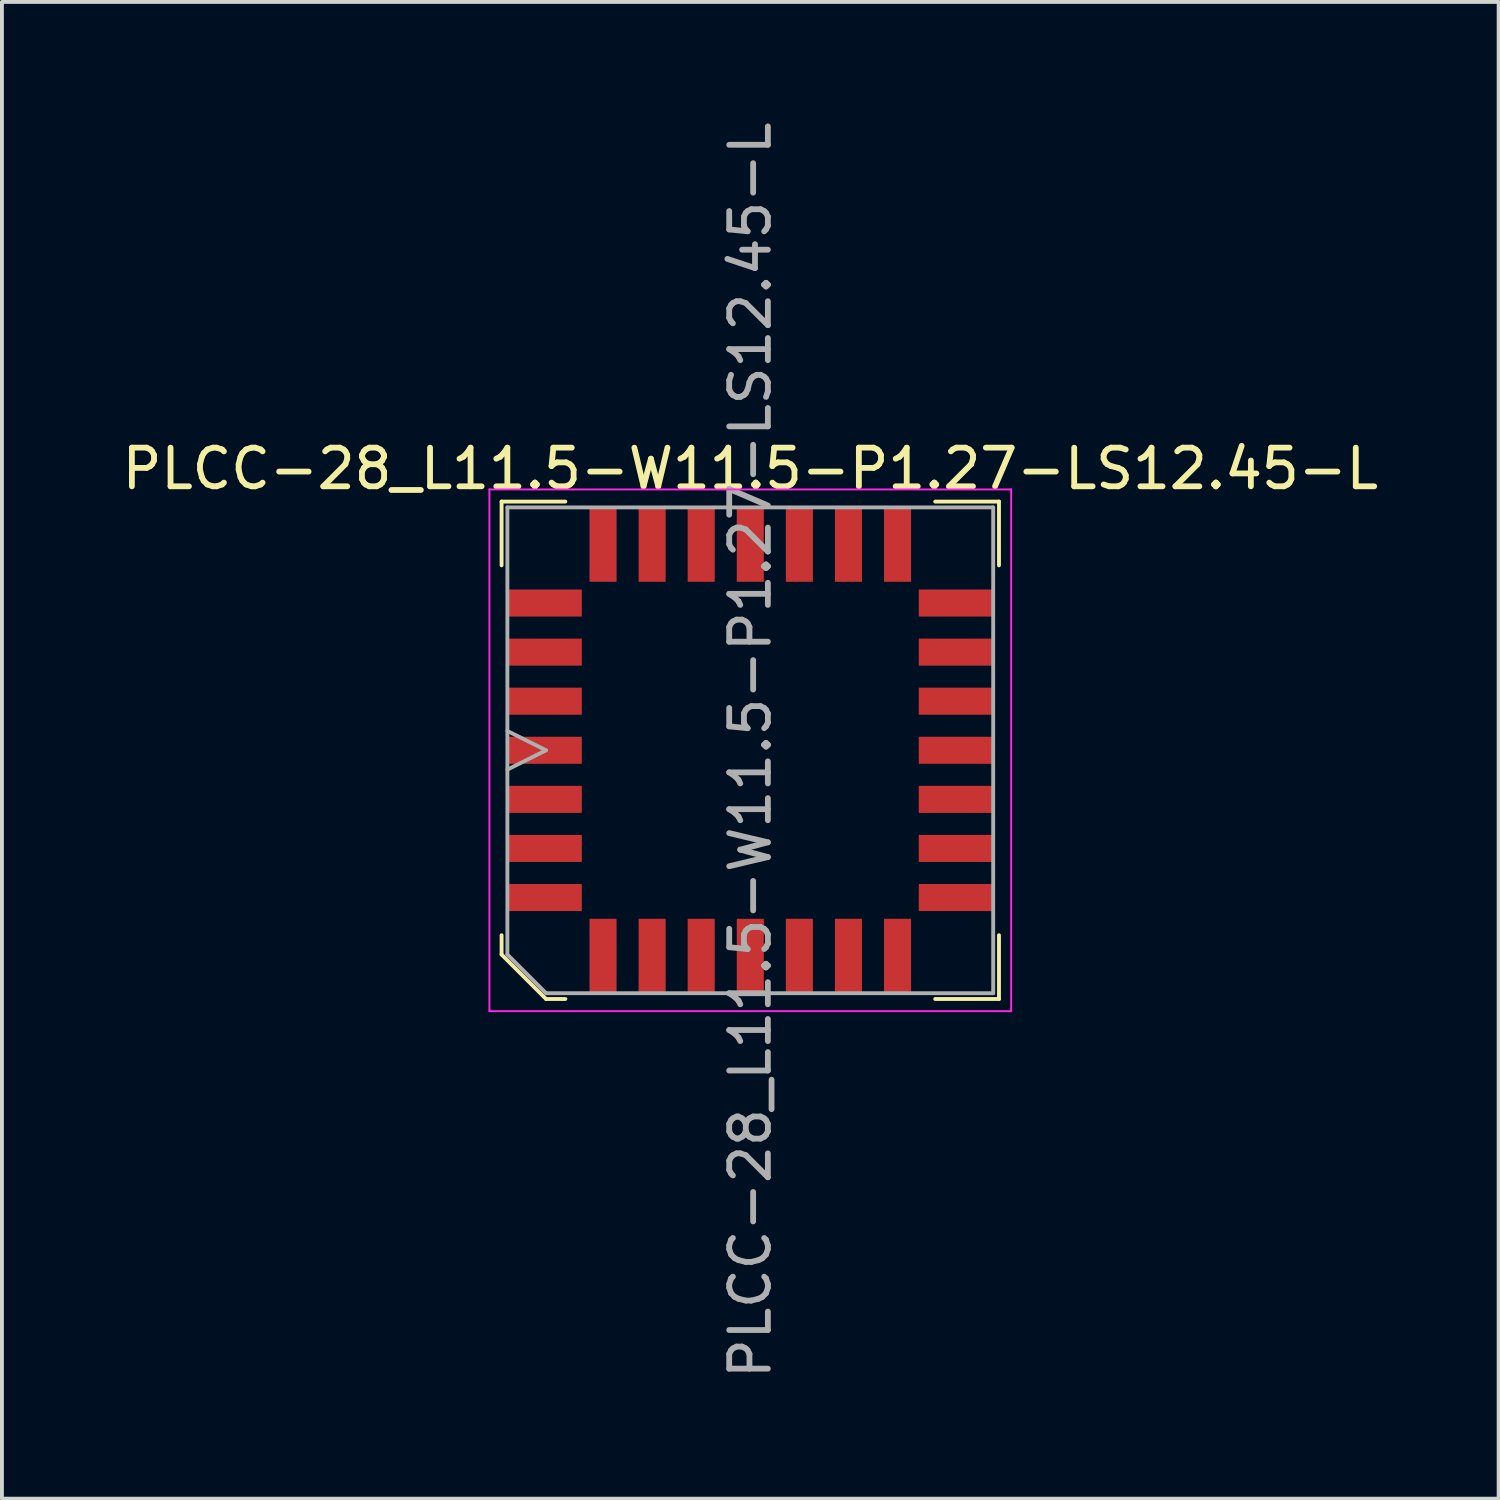
<source format=kicad_pcb>
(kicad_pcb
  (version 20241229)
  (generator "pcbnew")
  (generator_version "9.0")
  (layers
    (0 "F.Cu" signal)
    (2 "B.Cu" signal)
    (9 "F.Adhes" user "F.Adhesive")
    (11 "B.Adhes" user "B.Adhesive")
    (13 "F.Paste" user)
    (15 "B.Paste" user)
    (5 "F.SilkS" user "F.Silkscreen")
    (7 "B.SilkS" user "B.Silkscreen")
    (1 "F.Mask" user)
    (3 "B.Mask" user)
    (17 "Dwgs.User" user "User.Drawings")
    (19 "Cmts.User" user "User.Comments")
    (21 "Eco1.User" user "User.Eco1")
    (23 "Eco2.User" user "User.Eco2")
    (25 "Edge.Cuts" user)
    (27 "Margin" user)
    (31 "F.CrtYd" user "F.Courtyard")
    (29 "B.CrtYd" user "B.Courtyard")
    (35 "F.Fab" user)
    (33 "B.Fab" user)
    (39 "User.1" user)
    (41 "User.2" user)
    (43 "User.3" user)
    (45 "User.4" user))
  (footprint "PLCC-28_L11.5-W11.5-P1.27-LS12.45-L"
    (layer "F.Cu")
    (at 16.363 16.363)
    (property "Reference" "PLCC-28_L11.5-W11.5-P1.27-LS12.45-L" (at 0 -7.285 0) (layer "F.SilkS") (effects (font (size 1 1) (thickness 0.15))))
    (attr smd)
    (fp_line (start -6.435 -6.435) (end -4.785 -6.435) (stroke (width 0.1) (type solid)) (layer "F.SilkS"))
    (fp_line (start -6.435 -4.785) (end -6.435 -6.435) (stroke (width 0.1) (type solid)) (layer "F.SilkS"))
    (fp_line (start -6.435 4.785) (end -6.435 5.285) (stroke (width 0.1) (type solid)) (layer "F.SilkS"))
    (fp_line (start -6.435 5.285) (end -5.285 6.435) (stroke (width 0.1) (type solid)) (layer "F.SilkS"))
    (fp_line (start -5.285 6.435) (end -4.785 6.435) (stroke (width 0.1) (type solid)) (layer "F.SilkS"))
    (fp_line (start 6.435 -6.435) (end 4.785 -6.435) (stroke (width 0.1) (type solid)) (layer "F.SilkS"))
    (fp_line (start 6.435 -4.785) (end 6.435 -6.435) (stroke (width 0.1) (type solid)) (layer "F.SilkS"))
    (fp_line (start 6.435 4.785) (end 6.435 6.435) (stroke (width 0.1) (type solid)) (layer "F.SilkS"))
    (fp_line (start 6.435 6.435) (end 4.785 6.435) (stroke (width 0.1) (type solid)) (layer "F.SilkS"))
    (fp_line (start -6.75 -6.75) (end -6.75 6.75) (stroke (width 0.05) (type solid)) (layer "F.CrtYd"))
    (fp_line (start -6.75 6.75) (end 6.75 6.75) (stroke (width 0.05) (type solid)) (layer "F.CrtYd"))
    (fp_line (start 6.75 -6.75) (end -6.75 -6.75) (stroke (width 0.05) (type solid)) (layer "F.CrtYd"))
    (fp_line (start 6.75 6.75) (end 6.75 -6.75) (stroke (width 0.05) (type solid)) (layer "F.CrtYd"))
    (fp_line (start -6.285 -6.285) (end -6.285 5.285) (stroke (width 0.1) (type solid)) (layer "F.Fab"))
    (fp_line (start -6.285 0.5) (end -5.285 0) (stroke (width 0.1) (type solid)) (layer "F.Fab"))
    (fp_line (start -6.285 5.285) (end -5.285 6.285) (stroke (width 0.1) (type solid)) (layer "F.Fab"))
    (fp_line (start -5.285 0) (end -6.285 -0.5) (stroke (width 0.1) (type solid)) (layer "F.Fab"))
    (fp_line (start -5.285 6.285) (end 6.285 6.285) (stroke (width 0.1) (type solid)) (layer "F.Fab"))
    (fp_line (start 6.285 -6.285) (end -6.285 -6.285) (stroke (width 0.1) (type solid)) (layer "F.Fab"))
    (fp_line (start 6.285 6.285) (end 6.285 -6.285) (stroke (width 0.1) (type solid)) (layer "F.Fab"))
    (fp_text user "${REFERENCE}" (at 0 0 90) (layer "F.Fab") (effects (font (size 1 1) (thickness 0.15))))
    (pad "1" smd rect (at -5.322 0 90) (size 0.7 1.925) (layers "F.Cu" "F.Mask" "F.Paste"))
    (pad "2" smd rect (at -5.322 1.27 90) (size 0.7 1.925) (layers "F.Cu" "F.Mask" "F.Paste"))
    (pad "3" smd rect (at -5.322 2.54 90) (size 0.7 1.925) (layers "F.Cu" "F.Mask" "F.Paste"))
    (pad "4" smd rect (at -5.322 3.81 90) (size 0.7 1.925) (layers "F.Cu" "F.Mask" "F.Paste"))
    (pad "5" smd rect (at -3.81 5.322 90) (size 1.925 0.7) (layers "F.Cu" "F.Mask" "F.Paste"))
    (pad "6" smd rect (at -2.54 5.322 90) (size 1.925 0.7) (layers "F.Cu" "F.Mask" "F.Paste"))
    (pad "7" smd rect (at -1.27 5.322 90) (size 1.925 0.7) (layers "F.Cu" "F.Mask" "F.Paste"))
    (pad "8" smd rect (at 0 5.322 90) (size 1.925 0.7) (layers "F.Cu" "F.Mask" "F.Paste"))
    (pad "9" smd rect (at 1.27 5.322 90) (size 1.925 0.7) (layers "F.Cu" "F.Mask" "F.Paste"))
    (pad "10" smd rect (at 2.54 5.322 90) (size 1.925 0.7) (layers "F.Cu" "F.Mask" "F.Paste"))
    (pad "11" smd rect (at 3.81 5.322 90) (size 1.925 0.7) (layers "F.Cu" "F.Mask" "F.Paste"))
    (pad "12" smd rect (at 5.322 3.81 90) (size 0.7 1.925) (layers "F.Cu" "F.Mask" "F.Paste"))
    (pad "13" smd rect (at 5.322 2.54 90) (size 0.7 1.925) (layers "F.Cu" "F.Mask" "F.Paste"))
    (pad "14" smd rect (at 5.322 1.27 90) (size 0.7 1.925) (layers "F.Cu" "F.Mask" "F.Paste"))
    (pad "15" smd rect (at 5.322 0 90) (size 0.7 1.925) (layers "F.Cu" "F.Mask" "F.Paste"))
    (pad "16" smd rect (at 5.322 -1.27 90) (size 0.7 1.925) (layers "F.Cu" "F.Mask" "F.Paste"))
    (pad "17" smd rect (at 5.322 -2.54 90) (size 0.7 1.925) (layers "F.Cu" "F.Mask" "F.Paste"))
    (pad "18" smd rect (at 5.322 -3.81 90) (size 0.7 1.925) (layers "F.Cu" "F.Mask" "F.Paste"))
    (pad "19" smd rect (at 3.81 -5.322 90) (size 1.925 0.7) (layers "F.Cu" "F.Mask" "F.Paste"))
    (pad "20" smd rect (at 2.54 -5.322 90) (size 1.925 0.7) (layers "F.Cu" "F.Mask" "F.Paste"))
    (pad "21" smd rect (at 1.27 -5.322 90) (size 1.925 0.7) (layers "F.Cu" "F.Mask" "F.Paste"))
    (pad "22" smd rect (at 0 -5.322 90) (size 1.925 0.7) (layers "F.Cu" "F.Mask" "F.Paste"))
    (pad "23" smd rect (at -1.27 -5.322 90) (size 1.925 0.7) (layers "F.Cu" "F.Mask" "F.Paste"))
    (pad "24" smd rect (at -2.54 -5.322 90) (size 1.925 0.7) (layers "F.Cu" "F.Mask" "F.Paste"))
    (pad "25" smd rect (at -3.81 -5.322 90) (size 1.925 0.7) (layers "F.Cu" "F.Mask" "F.Paste"))
    (pad "26" smd rect (at -5.322 -3.81 90) (size 0.7 1.925) (layers "F.Cu" "F.Mask" "F.Paste"))
    (pad "27" smd rect (at -5.322 -2.54 90) (size 0.7 1.925) (layers "F.Cu" "F.Mask" "F.Paste"))
    (pad "28" smd rect (at -5.322 -1.27 90) (size 0.7 1.925) (layers "F.Cu" "F.Mask" "F.Paste")))
  (gr_rect
    (start -3 -3)
    (end 35.726 35.726)
    (stroke (width 0.1) (type default))
    (fill no)
    (layer "Edge.Cuts")))
</source>
